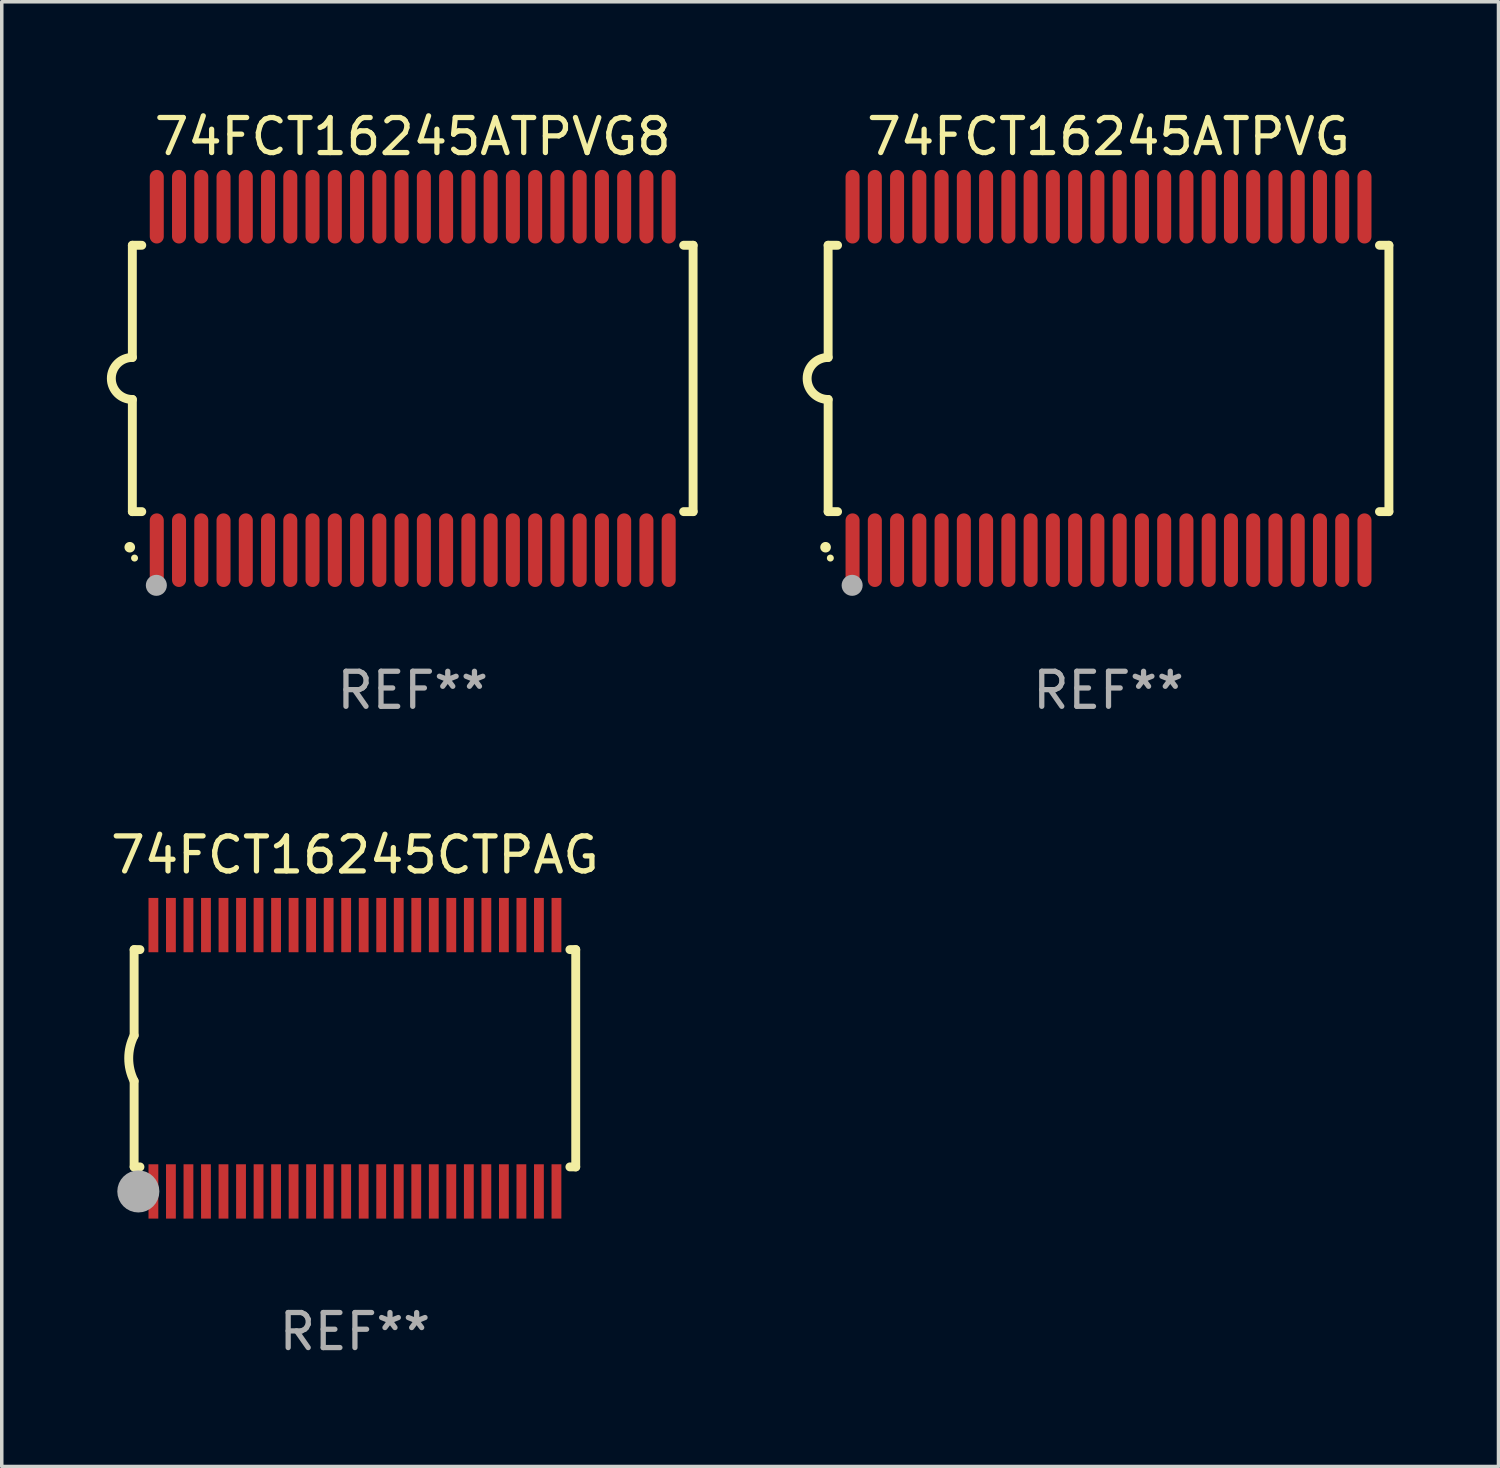
<source format=kicad_pcb>
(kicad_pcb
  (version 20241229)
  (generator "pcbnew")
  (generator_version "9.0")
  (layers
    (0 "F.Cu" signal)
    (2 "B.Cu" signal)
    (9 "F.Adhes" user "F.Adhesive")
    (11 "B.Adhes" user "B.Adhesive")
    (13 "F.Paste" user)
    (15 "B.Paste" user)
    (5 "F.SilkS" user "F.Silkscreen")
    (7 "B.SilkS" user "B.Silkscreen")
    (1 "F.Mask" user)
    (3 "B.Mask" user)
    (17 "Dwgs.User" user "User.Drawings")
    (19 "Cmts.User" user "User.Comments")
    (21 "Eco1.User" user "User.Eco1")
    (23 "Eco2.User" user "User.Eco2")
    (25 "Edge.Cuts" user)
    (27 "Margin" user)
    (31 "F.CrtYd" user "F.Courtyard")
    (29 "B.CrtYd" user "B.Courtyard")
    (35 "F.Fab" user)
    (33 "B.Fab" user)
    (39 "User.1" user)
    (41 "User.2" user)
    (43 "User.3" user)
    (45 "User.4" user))
  (footprint "74FCT16245ATPVG"
    (layer "F.Cu")
    (at 28.579 7.748)
    (property "Reference" "74FCT16245ATPVG" (at 0 -6.9 0) (layer "F.SilkS") (effects (font (size 1 1) (thickness 0.15))))
    (attr through_hole)
    (fp_line (start -8 -3.8) (end -8 -0.599) (stroke (width 0.254) (type solid)) (layer "F.SilkS"))
    (fp_line (start -8 -3.8) (end -7.731 -3.8) (stroke (width 0.254) (type solid)) (layer "F.SilkS"))
    (fp_line (start -8 3.8) (end -8 0.599) (stroke (width 0.254) (type solid)) (layer "F.SilkS"))
    (fp_line (start -7.731 3.8) (end -8 3.8) (stroke (width 0.254) (type solid)) (layer "F.SilkS"))
    (fp_line (start 7.731 -3.8) (end 8 -3.8) (stroke (width 0.254) (type solid)) (layer "F.SilkS"))
    (fp_line (start 8 -3.8) (end 8 3.8) (stroke (width 0.254) (type solid)) (layer "F.SilkS"))
    (fp_line (start 8 3.8) (end 7.731 3.8) (stroke (width 0.254) (type solid)) (layer "F.SilkS"))
    (fp_arc (start -8.074676 4.81585) (mid -8.073406 4.815845) (end -8.072136 4.81585) (stroke (width 0.3) (type solid)) (layer "F.SilkS"))
    (fp_arc (start -8.000025 0.6) (mid -8.598908 0.00056) (end -8.000027 -0.598882) (stroke (width 0.254001) (type solid)) (layer "F.SilkS"))
    (fp_circle (center -7.937 5.125) (end -7.887 5.125) (stroke (width 0.1) (type solid)) (fill no) (layer "F.SilkS"))
    (fp_circle (center -7.315 5.903) (end -7.165 5.903) (stroke (width 0.3) (type solid)) (fill no) (layer "F.Fab"))
    (fp_text user "REF**" (at 0 8.9 0) (layer "F.Fab") (effects (font (size 1 1) (thickness 0.15))))
    (pad "1" smd oval (at -7.303 4.9) (size 0.4 2.1) (layers "F.Cu" "F.Mask" "F.Paste"))
    (pad "2" smd oval (at -6.668 4.9) (size 0.4 2.1) (layers "F.Cu" "F.Mask" "F.Paste"))
    (pad "3" smd oval (at -6.033 4.9) (size 0.4 2.1) (layers "F.Cu" "F.Mask" "F.Paste"))
    (pad "4" smd oval (at -5.398 4.9) (size 0.4 2.1) (layers "F.Cu" "F.Mask" "F.Paste"))
    (pad "5" smd oval (at -4.763 4.9) (size 0.4 2.1) (layers "F.Cu" "F.Mask" "F.Paste"))
    (pad "6" smd oval (at -4.128 4.9) (size 0.4 2.1) (layers "F.Cu" "F.Mask" "F.Paste"))
    (pad "7" smd oval (at -3.493 4.9) (size 0.4 2.1) (layers "F.Cu" "F.Mask" "F.Paste"))
    (pad "8" smd oval (at -2.858 4.9) (size 0.4 2.1) (layers "F.Cu" "F.Mask" "F.Paste"))
    (pad "9" smd oval (at -2.223 4.9) (size 0.4 2.1) (layers "F.Cu" "F.Mask" "F.Paste"))
    (pad "10" smd oval (at -1.588 4.9) (size 0.4 2.1) (layers "F.Cu" "F.Mask" "F.Paste"))
    (pad "11" smd oval (at -0.953 4.9) (size 0.4 2.1) (layers "F.Cu" "F.Mask" "F.Paste"))
    (pad "12" smd oval (at -0.318 4.9) (size 0.4 2.1) (layers "F.Cu" "F.Mask" "F.Paste"))
    (pad "13" smd oval (at 0.318 4.9) (size 0.4 2.1) (layers "F.Cu" "F.Mask" "F.Paste"))
    (pad "14" smd oval (at 0.953 4.9) (size 0.4 2.1) (layers "F.Cu" "F.Mask" "F.Paste"))
    (pad "15" smd oval (at 1.588 4.9) (size 0.4 2.1) (layers "F.Cu" "F.Mask" "F.Paste"))
    (pad "16" smd oval (at 2.223 4.9) (size 0.4 2.1) (layers "F.Cu" "F.Mask" "F.Paste"))
    (pad "17" smd oval (at 2.858 4.9) (size 0.4 2.1) (layers "F.Cu" "F.Mask" "F.Paste"))
    (pad "18" smd oval (at 3.493 4.9) (size 0.4 2.1) (layers "F.Cu" "F.Mask" "F.Paste"))
    (pad "19" smd oval (at 4.128 4.9) (size 0.4 2.1) (layers "F.Cu" "F.Mask" "F.Paste"))
    (pad "20" smd oval (at 4.763 4.9) (size 0.4 2.1) (layers "F.Cu" "F.Mask" "F.Paste"))
    (pad "21" smd oval (at 5.398 4.9) (size 0.4 2.1) (layers "F.Cu" "F.Mask" "F.Paste"))
    (pad "22" smd oval (at 6.033 4.9) (size 0.4 2.1) (layers "F.Cu" "F.Mask" "F.Paste"))
    (pad "23" smd oval (at 6.668 4.9) (size 0.4 2.1) (layers "F.Cu" "F.Mask" "F.Paste"))
    (pad "24" smd oval (at 7.303 4.9) (size 0.4 2.1) (layers "F.Cu" "F.Mask" "F.Paste"))
    (pad "25" smd oval (at 7.303 -4.9 180) (size 0.4 2.1) (layers "F.Cu" "F.Mask" "F.Paste"))
    (pad "26" smd oval (at 6.668 -4.9 180) (size 0.4 2.1) (layers "F.Cu" "F.Mask" "F.Paste"))
    (pad "27" smd oval (at 6.033 -4.9 180) (size 0.4 2.1) (layers "F.Cu" "F.Mask" "F.Paste"))
    (pad "28" smd oval (at 5.398 -4.9 180) (size 0.4 2.1) (layers "F.Cu" "F.Mask" "F.Paste"))
    (pad "29" smd oval (at 4.763 -4.9 180) (size 0.4 2.1) (layers "F.Cu" "F.Mask" "F.Paste"))
    (pad "30" smd oval (at 4.128 -4.9 180) (size 0.4 2.1) (layers "F.Cu" "F.Mask" "F.Paste"))
    (pad "31" smd oval (at 3.493 -4.9 180) (size 0.4 2.1) (layers "F.Cu" "F.Mask" "F.Paste"))
    (pad "32" smd oval (at 2.858 -4.9 180) (size 0.4 2.1) (layers "F.Cu" "F.Mask" "F.Paste"))
    (pad "33" smd oval (at 2.223 -4.9 180) (size 0.4 2.1) (layers "F.Cu" "F.Mask" "F.Paste"))
    (pad "34" smd oval (at 1.588 -4.9 180) (size 0.4 2.1) (layers "F.Cu" "F.Mask" "F.Paste"))
    (pad "35" smd oval (at 0.953 -4.9 180) (size 0.4 2.1) (layers "F.Cu" "F.Mask" "F.Paste"))
    (pad "36" smd oval (at 0.318 -4.9 180) (size 0.4 2.1) (layers "F.Cu" "F.Mask" "F.Paste"))
    (pad "37" smd oval (at -0.318 -4.9 180) (size 0.4 2.1) (layers "F.Cu" "F.Mask" "F.Paste"))
    (pad "38" smd oval (at -0.953 -4.9 180) (size 0.4 2.1) (layers "F.Cu" "F.Mask" "F.Paste"))
    (pad "39" smd oval (at -1.588 -4.9 180) (size 0.4 2.1) (layers "F.Cu" "F.Mask" "F.Paste"))
    (pad "40" smd oval (at -2.223 -4.9 180) (size 0.4 2.1) (layers "F.Cu" "F.Mask" "F.Paste"))
    (pad "41" smd oval (at -2.858 -4.9 180) (size 0.4 2.1) (layers "F.Cu" "F.Mask" "F.Paste"))
    (pad "42" smd oval (at -3.493 -4.9 180) (size 0.4 2.1) (layers "F.Cu" "F.Mask" "F.Paste"))
    (pad "43" smd oval (at -4.128 -4.9 180) (size 0.4 2.1) (layers "F.Cu" "F.Mask" "F.Paste"))
    (pad "44" smd oval (at -4.763 -4.9 180) (size 0.4 2.1) (layers "F.Cu" "F.Mask" "F.Paste"))
    (pad "45" smd oval (at -5.398 -4.9 180) (size 0.4 2.1) (layers "F.Cu" "F.Mask" "F.Paste"))
    (pad "46" smd oval (at -6.033 -4.9 180) (size 0.4 2.1) (layers "F.Cu" "F.Mask" "F.Paste"))
    (pad "47" smd oval (at -6.668 -4.9 180) (size 0.4 2.1) (layers "F.Cu" "F.Mask" "F.Paste"))
    (pad "48" smd oval (at -7.303 -4.9 180) (size 0.4 2.1) (layers "F.Cu" "F.Mask" "F.Paste")))
  (footprint "74FCT16245CTPAG"
    (layer "F.Cu")
    (at 7.077 27.145)
    (property "Reference" "74FCT16245CTPAG" (at 0 -5.8 0) (layer "F.SilkS") (effects (font (size 1 1) (thickness 0.15))))
    (attr through_hole)
    (fp_line (start -6.3 -3.1) (end -6.3 -0.65) (stroke (width 0.254) (type solid)) (layer "F.SilkS"))
    (fp_line (start -6.3 -3.1) (end -6.134 -3.1) (stroke (width 0.254) (type solid)) (layer "F.SilkS"))
    (fp_line (start -6.3 3.1) (end -6.3 0.65) (stroke (width 0.254) (type solid)) (layer "F.SilkS"))
    (fp_line (start -6.3 3.1) (end -6.134 3.1) (stroke (width 0.254) (type solid)) (layer "F.SilkS"))
    (fp_line (start 6.134 -3.1) (end 6.3 -3.1) (stroke (width 0.254) (type solid)) (layer "F.SilkS"))
    (fp_line (start 6.134 3.1) (end 6.3 3.1) (stroke (width 0.254) (type solid)) (layer "F.SilkS"))
    (fp_line (start 6.3 -3.1) (end 6.3 3.1) (stroke (width 0.254) (type solid)) (layer "F.SilkS"))
    (fp_arc (start -6.301016 0.650114) (mid -6.45413 -0.000082) (end -6.3 -0.650038) (stroke (width 0.254001) (type solid)) (layer "F.SilkS"))
    (fp_circle (center -6.35 3.81) (end -6.223 3.81) (stroke (width 0.254) (type solid)) (fill no) (layer "F.SilkS"))
    (fp_circle (center -6.25 4.05) (end -6.22 4.05) (stroke (width 0.06) (type solid)) (fill no) (layer "F.SilkS"))
    (fp_circle (center -6.18 3.8) (end -5.88 3.8) (stroke (width 0.6) (type solid)) (fill no) (layer "F.Fab"))
    (fp_text user "REF**" (at 0 7.8 0) (layer "F.Fab") (effects (font (size 1 1) (thickness 0.15))))
    (pad "1" smd rect (at -5.75 3.8) (size 0.28 1.55) (layers "F.Cu" "F.Mask" "F.Paste"))
    (pad "2" smd rect (at -5.25 3.8) (size 0.28 1.55) (layers "F.Cu" "F.Mask" "F.Paste"))
    (pad "3" smd rect (at -4.75 3.8) (size 0.28 1.55) (layers "F.Cu" "F.Mask" "F.Paste"))
    (pad "4" smd rect (at -4.25 3.8) (size 0.28 1.55) (layers "F.Cu" "F.Mask" "F.Paste"))
    (pad "5" smd rect (at -3.75 3.8) (size 0.28 1.55) (layers "F.Cu" "F.Mask" "F.Paste"))
    (pad "6" smd rect (at -3.25 3.8) (size 0.28 1.55) (layers "F.Cu" "F.Mask" "F.Paste"))
    (pad "7" smd rect (at -2.75 3.8) (size 0.28 1.55) (layers "F.Cu" "F.Mask" "F.Paste"))
    (pad "8" smd rect (at -2.25 3.8) (size 0.28 1.55) (layers "F.Cu" "F.Mask" "F.Paste"))
    (pad "9" smd rect (at -1.75 3.8) (size 0.28 1.55) (layers "F.Cu" "F.Mask" "F.Paste"))
    (pad "10" smd rect (at -1.25 3.8) (size 0.28 1.55) (layers "F.Cu" "F.Mask" "F.Paste"))
    (pad "11" smd rect (at -0.75 3.8) (size 0.28 1.55) (layers "F.Cu" "F.Mask" "F.Paste"))
    (pad "12" smd rect (at -0.25 3.8) (size 0.28 1.55) (layers "F.Cu" "F.Mask" "F.Paste"))
    (pad "13" smd rect (at 0.25 3.8) (size 0.28 1.55) (layers "F.Cu" "F.Mask" "F.Paste"))
    (pad "14" smd rect (at 0.75 3.8) (size 0.28 1.55) (layers "F.Cu" "F.Mask" "F.Paste"))
    (pad "15" smd rect (at 1.25 3.8) (size 0.28 1.55) (layers "F.Cu" "F.Mask" "F.Paste"))
    (pad "16" smd rect (at 1.75 3.8) (size 0.28 1.55) (layers "F.Cu" "F.Mask" "F.Paste"))
    (pad "17" smd rect (at 2.25 3.8) (size 0.28 1.55) (layers "F.Cu" "F.Mask" "F.Paste"))
    (pad "18" smd rect (at 2.75 3.8) (size 0.28 1.55) (layers "F.Cu" "F.Mask" "F.Paste"))
    (pad "19" smd rect (at 3.25 3.8) (size 0.28 1.55) (layers "F.Cu" "F.Mask" "F.Paste"))
    (pad "20" smd rect (at 3.75 3.8) (size 0.28 1.55) (layers "F.Cu" "F.Mask" "F.Paste"))
    (pad "21" smd rect (at 4.25 3.8) (size 0.28 1.55) (layers "F.Cu" "F.Mask" "F.Paste"))
    (pad "22" smd rect (at 4.75 3.8) (size 0.28 1.55) (layers "F.Cu" "F.Mask" "F.Paste"))
    (pad "23" smd rect (at 5.25 3.8) (size 0.28 1.55) (layers "F.Cu" "F.Mask" "F.Paste"))
    (pad "24" smd rect (at 5.75 3.8) (size 0.28 1.55) (layers "F.Cu" "F.Mask" "F.Paste"))
    (pad "25" smd rect (at 5.75 -3.8) (size 0.28 1.55) (layers "F.Cu" "F.Mask" "F.Paste"))
    (pad "26" smd rect (at 5.25 -3.8) (size 0.28 1.55) (layers "F.Cu" "F.Mask" "F.Paste"))
    (pad "27" smd rect (at 4.75 -3.8) (size 0.28 1.55) (layers "F.Cu" "F.Mask" "F.Paste"))
    (pad "28" smd rect (at 4.25 -3.8) (size 0.28 1.55) (layers "F.Cu" "F.Mask" "F.Paste"))
    (pad "29" smd rect (at 3.75 -3.8) (size 0.28 1.55) (layers "F.Cu" "F.Mask" "F.Paste"))
    (pad "30" smd rect (at 3.25 -3.8) (size 0.28 1.55) (layers "F.Cu" "F.Mask" "F.Paste"))
    (pad "31" smd rect (at 2.75 -3.8) (size 0.28 1.55) (layers "F.Cu" "F.Mask" "F.Paste"))
    (pad "32" smd rect (at 2.25 -3.8) (size 0.28 1.55) (layers "F.Cu" "F.Mask" "F.Paste"))
    (pad "33" smd rect (at 1.75 -3.8) (size 0.28 1.55) (layers "F.Cu" "F.Mask" "F.Paste"))
    (pad "34" smd rect (at 1.25 -3.8) (size 0.28 1.55) (layers "F.Cu" "F.Mask" "F.Paste"))
    (pad "35" smd rect (at 0.75 -3.8) (size 0.28 1.55) (layers "F.Cu" "F.Mask" "F.Paste"))
    (pad "36" smd rect (at 0.25 -3.8) (size 0.28 1.55) (layers "F.Cu" "F.Mask" "F.Paste"))
    (pad "37" smd rect (at -0.25 -3.8) (size 0.28 1.55) (layers "F.Cu" "F.Mask" "F.Paste"))
    (pad "38" smd rect (at -0.75 -3.8) (size 0.28 1.55) (layers "F.Cu" "F.Mask" "F.Paste"))
    (pad "39" smd rect (at -1.25 -3.8) (size 0.28 1.55) (layers "F.Cu" "F.Mask" "F.Paste"))
    (pad "40" smd rect (at -1.75 -3.8) (size 0.28 1.55) (layers "F.Cu" "F.Mask" "F.Paste"))
    (pad "41" smd rect (at -2.25 -3.8) (size 0.28 1.55) (layers "F.Cu" "F.Mask" "F.Paste"))
    (pad "42" smd rect (at -2.75 -3.8) (size 0.28 1.55) (layers "F.Cu" "F.Mask" "F.Paste"))
    (pad "43" smd rect (at -3.25 -3.8) (size 0.28 1.55) (layers "F.Cu" "F.Mask" "F.Paste"))
    (pad "44" smd rect (at -3.75 -3.8) (size 0.28 1.55) (layers "F.Cu" "F.Mask" "F.Paste"))
    (pad "45" smd rect (at -4.25 -3.8) (size 0.28 1.55) (layers "F.Cu" "F.Mask" "F.Paste"))
    (pad "46" smd rect (at -4.75 -3.8) (size 0.28 1.55) (layers "F.Cu" "F.Mask" "F.Paste"))
    (pad "47" smd rect (at -5.25 -3.8) (size 0.28 1.55) (layers "F.Cu" "F.Mask" "F.Paste"))
    (pad "48" smd rect (at -5.75 -3.8) (size 0.28 1.55) (layers "F.Cu" "F.Mask" "F.Paste")))
  (footprint "74FCT16245ATPVG8"
    (layer "F.Cu")
    (at 8.726 7.748)
    (property "Reference" "74FCT16245ATPVG8" (at 0 -6.9 0) (layer "F.SilkS") (effects (font (size 1 1) (thickness 0.15))))
    (attr through_hole)
    (fp_line (start -8 -3.8) (end -8 -0.599) (stroke (width 0.254) (type solid)) (layer "F.SilkS"))
    (fp_line (start -8 -3.8) (end -7.731 -3.8) (stroke (width 0.254) (type solid)) (layer "F.SilkS"))
    (fp_line (start -8 3.8) (end -8 0.599) (stroke (width 0.254) (type solid)) (layer "F.SilkS"))
    (fp_line (start -7.731 3.8) (end -8 3.8) (stroke (width 0.254) (type solid)) (layer "F.SilkS"))
    (fp_line (start 7.731 -3.8) (end 8 -3.8) (stroke (width 0.254) (type solid)) (layer "F.SilkS"))
    (fp_line (start 8 -3.8) (end 8 3.8) (stroke (width 0.254) (type solid)) (layer "F.SilkS"))
    (fp_line (start 8 3.8) (end 7.731 3.8) (stroke (width 0.254) (type solid)) (layer "F.SilkS"))
    (fp_arc (start -8.074676 4.81585) (mid -8.073406 4.815845) (end -8.072136 4.81585) (stroke (width 0.3) (type solid)) (layer "F.SilkS"))
    (fp_arc (start -8.000025 0.6) (mid -8.598908 0.00056) (end -8.000027 -0.598882) (stroke (width 0.254001) (type solid)) (layer "F.SilkS"))
    (fp_circle (center -7.937 5.125) (end -7.887 5.125) (stroke (width 0.1) (type solid)) (fill no) (layer "F.SilkS"))
    (fp_circle (center -7.315 5.903) (end -7.165 5.903) (stroke (width 0.3) (type solid)) (fill no) (layer "F.Fab"))
    (fp_text user "REF**" (at 0 8.9 0) (layer "F.Fab") (effects (font (size 1 1) (thickness 0.15))))
    (pad "1" smd oval (at -7.303 4.9) (size 0.4 2.1) (layers "F.Cu" "F.Mask" "F.Paste"))
    (pad "2" smd oval (at -6.668 4.9) (size 0.4 2.1) (layers "F.Cu" "F.Mask" "F.Paste"))
    (pad "3" smd oval (at -6.033 4.9) (size 0.4 2.1) (layers "F.Cu" "F.Mask" "F.Paste"))
    (pad "4" smd oval (at -5.398 4.9) (size 0.4 2.1) (layers "F.Cu" "F.Mask" "F.Paste"))
    (pad "5" smd oval (at -4.763 4.9) (size 0.4 2.1) (layers "F.Cu" "F.Mask" "F.Paste"))
    (pad "6" smd oval (at -4.128 4.9) (size 0.4 2.1) (layers "F.Cu" "F.Mask" "F.Paste"))
    (pad "7" smd oval (at -3.493 4.9) (size 0.4 2.1) (layers "F.Cu" "F.Mask" "F.Paste"))
    (pad "8" smd oval (at -2.858 4.9) (size 0.4 2.1) (layers "F.Cu" "F.Mask" "F.Paste"))
    (pad "9" smd oval (at -2.223 4.9) (size 0.4 2.1) (layers "F.Cu" "F.Mask" "F.Paste"))
    (pad "10" smd oval (at -1.588 4.9) (size 0.4 2.1) (layers "F.Cu" "F.Mask" "F.Paste"))
    (pad "11" smd oval (at -0.953 4.9) (size 0.4 2.1) (layers "F.Cu" "F.Mask" "F.Paste"))
    (pad "12" smd oval (at -0.318 4.9) (size 0.4 2.1) (layers "F.Cu" "F.Mask" "F.Paste"))
    (pad "13" smd oval (at 0.318 4.9) (size 0.4 2.1) (layers "F.Cu" "F.Mask" "F.Paste"))
    (pad "14" smd oval (at 0.953 4.9) (size 0.4 2.1) (layers "F.Cu" "F.Mask" "F.Paste"))
    (pad "15" smd oval (at 1.588 4.9) (size 0.4 2.1) (layers "F.Cu" "F.Mask" "F.Paste"))
    (pad "16" smd oval (at 2.223 4.9) (size 0.4 2.1) (layers "F.Cu" "F.Mask" "F.Paste"))
    (pad "17" smd oval (at 2.858 4.9) (size 0.4 2.1) (layers "F.Cu" "F.Mask" "F.Paste"))
    (pad "18" smd oval (at 3.493 4.9) (size 0.4 2.1) (layers "F.Cu" "F.Mask" "F.Paste"))
    (pad "19" smd oval (at 4.128 4.9) (size 0.4 2.1) (layers "F.Cu" "F.Mask" "F.Paste"))
    (pad "20" smd oval (at 4.763 4.9) (size 0.4 2.1) (layers "F.Cu" "F.Mask" "F.Paste"))
    (pad "21" smd oval (at 5.398 4.9) (size 0.4 2.1) (layers "F.Cu" "F.Mask" "F.Paste"))
    (pad "22" smd oval (at 6.033 4.9) (size 0.4 2.1) (layers "F.Cu" "F.Mask" "F.Paste"))
    (pad "23" smd oval (at 6.668 4.9) (size 0.4 2.1) (layers "F.Cu" "F.Mask" "F.Paste"))
    (pad "24" smd oval (at 7.303 4.9) (size 0.4 2.1) (layers "F.Cu" "F.Mask" "F.Paste"))
    (pad "25" smd oval (at 7.303 -4.9 180) (size 0.4 2.1) (layers "F.Cu" "F.Mask" "F.Paste"))
    (pad "26" smd oval (at 6.668 -4.9 180) (size 0.4 2.1) (layers "F.Cu" "F.Mask" "F.Paste"))
    (pad "27" smd oval (at 6.033 -4.9 180) (size 0.4 2.1) (layers "F.Cu" "F.Mask" "F.Paste"))
    (pad "28" smd oval (at 5.398 -4.9 180) (size 0.4 2.1) (layers "F.Cu" "F.Mask" "F.Paste"))
    (pad "29" smd oval (at 4.763 -4.9 180) (size 0.4 2.1) (layers "F.Cu" "F.Mask" "F.Paste"))
    (pad "30" smd oval (at 4.128 -4.9 180) (size 0.4 2.1) (layers "F.Cu" "F.Mask" "F.Paste"))
    (pad "31" smd oval (at 3.493 -4.9 180) (size 0.4 2.1) (layers "F.Cu" "F.Mask" "F.Paste"))
    (pad "32" smd oval (at 2.858 -4.9 180) (size 0.4 2.1) (layers "F.Cu" "F.Mask" "F.Paste"))
    (pad "33" smd oval (at 2.223 -4.9 180) (size 0.4 2.1) (layers "F.Cu" "F.Mask" "F.Paste"))
    (pad "34" smd oval (at 1.588 -4.9 180) (size 0.4 2.1) (layers "F.Cu" "F.Mask" "F.Paste"))
    (pad "35" smd oval (at 0.953 -4.9 180) (size 0.4 2.1) (layers "F.Cu" "F.Mask" "F.Paste"))
    (pad "36" smd oval (at 0.318 -4.9 180) (size 0.4 2.1) (layers "F.Cu" "F.Mask" "F.Paste"))
    (pad "37" smd oval (at -0.318 -4.9 180) (size 0.4 2.1) (layers "F.Cu" "F.Mask" "F.Paste"))
    (pad "38" smd oval (at -0.953 -4.9 180) (size 0.4 2.1) (layers "F.Cu" "F.Mask" "F.Paste"))
    (pad "39" smd oval (at -1.588 -4.9 180) (size 0.4 2.1) (layers "F.Cu" "F.Mask" "F.Paste"))
    (pad "40" smd oval (at -2.223 -4.9 180) (size 0.4 2.1) (layers "F.Cu" "F.Mask" "F.Paste"))
    (pad "41" smd oval (at -2.858 -4.9 180) (size 0.4 2.1) (layers "F.Cu" "F.Mask" "F.Paste"))
    (pad "42" smd oval (at -3.493 -4.9 180) (size 0.4 2.1) (layers "F.Cu" "F.Mask" "F.Paste"))
    (pad "43" smd oval (at -4.128 -4.9 180) (size 0.4 2.1) (layers "F.Cu" "F.Mask" "F.Paste"))
    (pad "44" smd oval (at -4.763 -4.9 180) (size 0.4 2.1) (layers "F.Cu" "F.Mask" "F.Paste"))
    (pad "45" smd oval (at -5.398 -4.9 180) (size 0.4 2.1) (layers "F.Cu" "F.Mask" "F.Paste"))
    (pad "46" smd oval (at -6.033 -4.9 180) (size 0.4 2.1) (layers "F.Cu" "F.Mask" "F.Paste"))
    (pad "47" smd oval (at -6.668 -4.9 180) (size 0.4 2.1) (layers "F.Cu" "F.Mask" "F.Paste"))
    (pad "48" smd oval (at -7.303 -4.9 180) (size 0.4 2.1) (layers "F.Cu" "F.Mask" "F.Paste")))
  (gr_rect
    (start -3 -3)
    (end 39.706 38.793)
    (stroke (width 0.1) (type default))
    (fill no)
    (layer "Edge.Cuts")))
</source>
